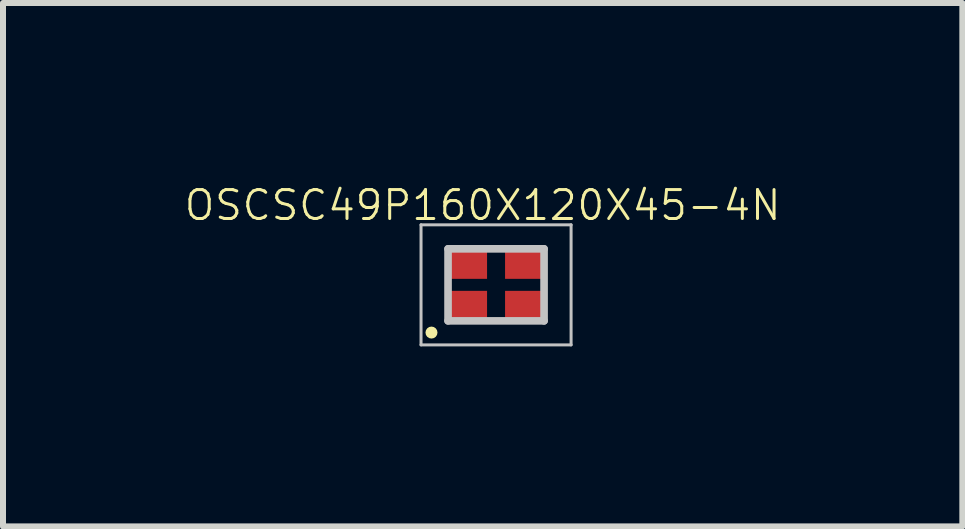
<source format=kicad_pcb>
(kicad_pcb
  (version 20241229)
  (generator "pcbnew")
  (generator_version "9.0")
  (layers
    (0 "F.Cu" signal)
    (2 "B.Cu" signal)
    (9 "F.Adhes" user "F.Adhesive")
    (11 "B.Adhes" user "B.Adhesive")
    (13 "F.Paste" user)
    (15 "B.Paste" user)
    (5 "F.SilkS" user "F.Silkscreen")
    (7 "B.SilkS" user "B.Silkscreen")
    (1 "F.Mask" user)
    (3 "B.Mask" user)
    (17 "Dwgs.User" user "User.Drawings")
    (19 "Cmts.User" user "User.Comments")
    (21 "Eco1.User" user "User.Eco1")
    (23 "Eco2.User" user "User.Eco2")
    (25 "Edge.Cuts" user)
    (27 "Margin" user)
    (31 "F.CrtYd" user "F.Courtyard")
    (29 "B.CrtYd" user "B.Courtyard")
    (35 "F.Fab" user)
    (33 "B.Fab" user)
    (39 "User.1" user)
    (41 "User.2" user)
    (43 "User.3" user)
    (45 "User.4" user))
  (footprint "OSCSC49P160X120X45-4N"
    (layer "F.Cu")
    (at 5.215 1.696)
    (property "Reference" "OSCSC49P160X120X45-4N" (at -0.223 -1.326 0) (layer "F.SilkS") (effects (font (size 0.482 0.482) (thickness 0.05))))
    (attr smd)
    (fp_circle (center -1.076 0.795) (end -1.026 0.795) (stroke (width 0.1) (type solid)) (fill no) (layer "F.SilkS"))
    (fp_line (start -1.25 -1) (end 1.25 -1) (stroke (width 0.05) (type solid)) (layer "Dwgs.User"))
    (fp_line (start -1.25 1) (end -1.25 -1) (stroke (width 0.05) (type solid)) (layer "Dwgs.User"))
    (fp_line (start -0.8 -0.6) (end 0.8 -0.6) (stroke (width 0.127) (type solid)) (layer "Dwgs.User"))
    (fp_line (start -0.8 0.6) (end -0.8 -0.6) (stroke (width 0.127) (type solid)) (layer "Dwgs.User"))
    (fp_line (start 0.8 -0.6) (end 0.8 0.6) (stroke (width 0.127) (type solid)) (layer "Dwgs.User"))
    (fp_line (start 0.8 0.6) (end -0.8 0.6) (stroke (width 0.127) (type solid)) (layer "Dwgs.User"))
    (fp_line (start 1.25 -1) (end 1.25 1) (stroke (width 0.05) (type solid)) (layer "Dwgs.User"))
    (fp_line (start 1.25 1) (end -1.25 1) (stroke (width 0.05) (type solid)) (layer "Dwgs.User"))
    (pad "1" smd rect (at -0.485 0.36) (size 0.67 0.52) (layers "F.Cu" "F.Mask" "F.Paste"))
    (pad "2" smd rect (at 0.485 0.36) (size 0.67 0.52) (layers "F.Cu" "F.Mask" "F.Paste"))
    (pad "3" smd rect (at 0.485 -0.36) (size 0.67 0.52) (layers "F.Cu" "F.Mask" "F.Paste"))
    (pad "4" smd rect (at -0.485 -0.36) (size 0.67 0.52) (layers "F.Cu" "F.Mask" "F.Paste")))
  (gr_rect
    (start -3 -3)
    (end 12.984 5.721)
    (stroke (width 0.1) (type default))
    (fill no)
    (layer "Edge.Cuts")))
</source>
